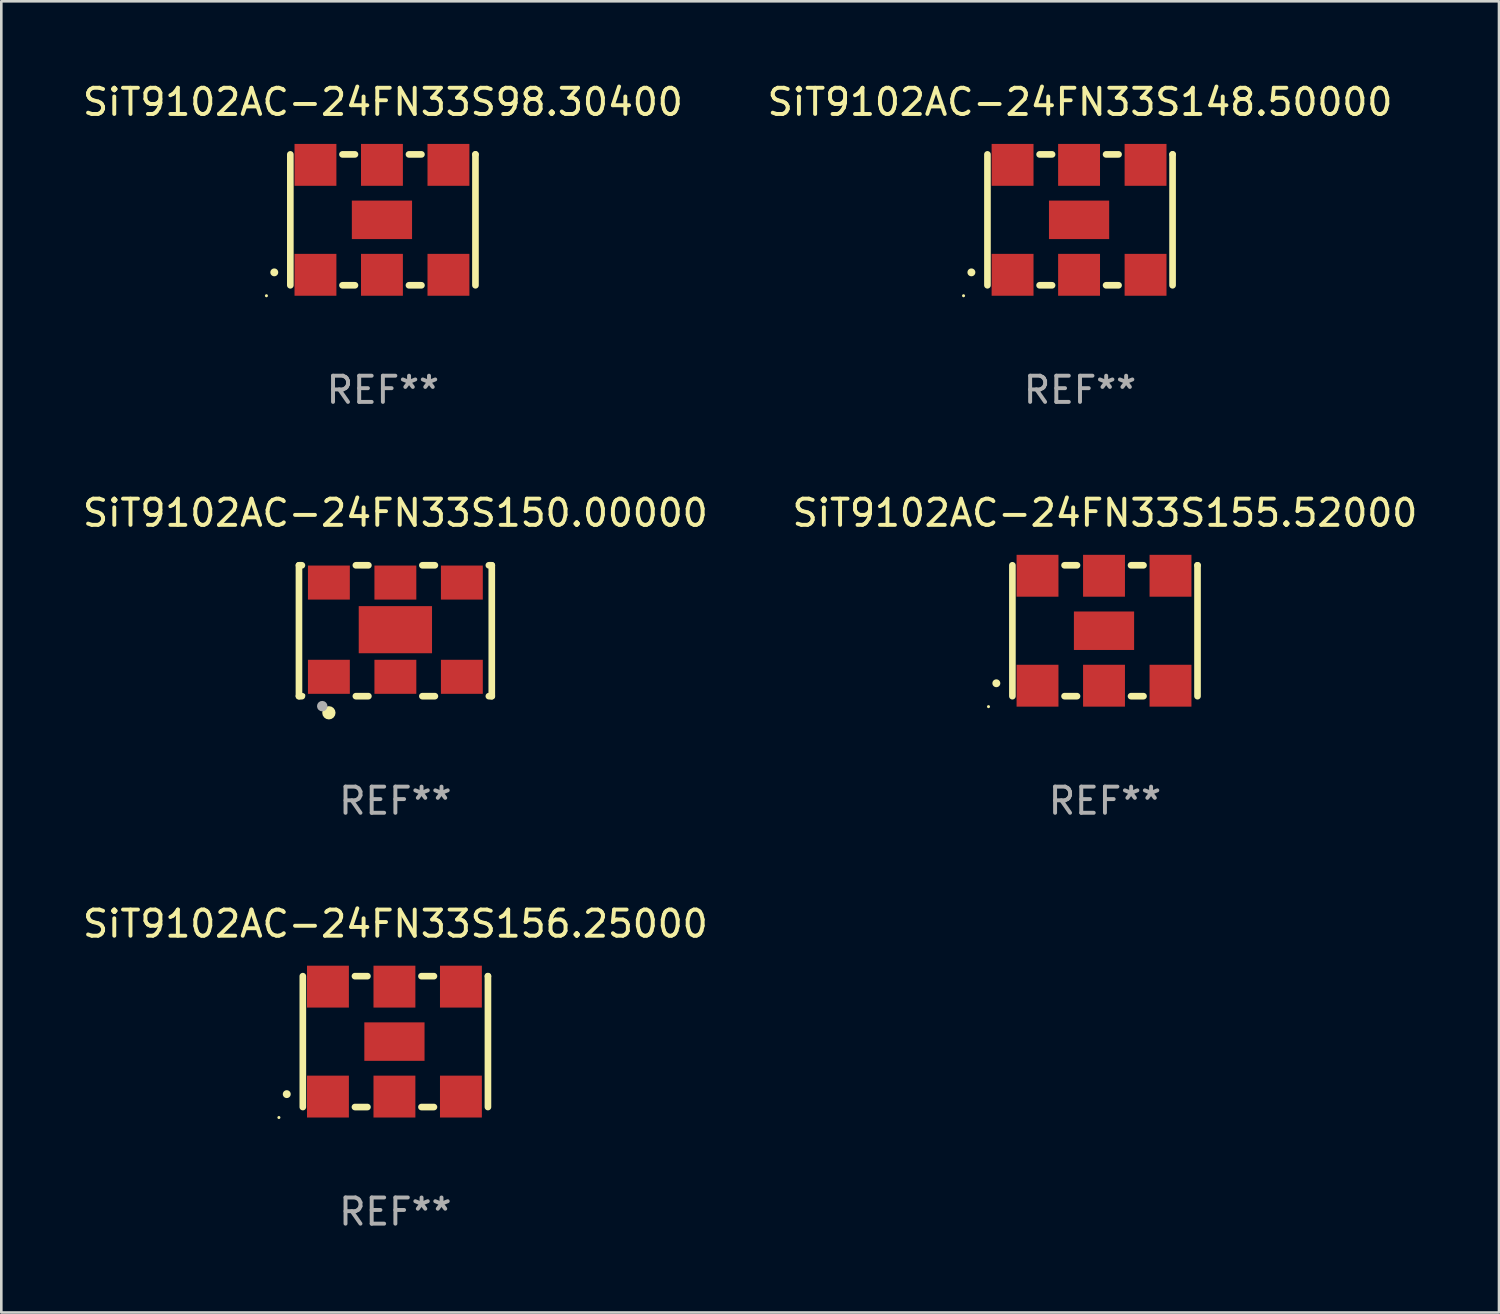
<source format=kicad_pcb>
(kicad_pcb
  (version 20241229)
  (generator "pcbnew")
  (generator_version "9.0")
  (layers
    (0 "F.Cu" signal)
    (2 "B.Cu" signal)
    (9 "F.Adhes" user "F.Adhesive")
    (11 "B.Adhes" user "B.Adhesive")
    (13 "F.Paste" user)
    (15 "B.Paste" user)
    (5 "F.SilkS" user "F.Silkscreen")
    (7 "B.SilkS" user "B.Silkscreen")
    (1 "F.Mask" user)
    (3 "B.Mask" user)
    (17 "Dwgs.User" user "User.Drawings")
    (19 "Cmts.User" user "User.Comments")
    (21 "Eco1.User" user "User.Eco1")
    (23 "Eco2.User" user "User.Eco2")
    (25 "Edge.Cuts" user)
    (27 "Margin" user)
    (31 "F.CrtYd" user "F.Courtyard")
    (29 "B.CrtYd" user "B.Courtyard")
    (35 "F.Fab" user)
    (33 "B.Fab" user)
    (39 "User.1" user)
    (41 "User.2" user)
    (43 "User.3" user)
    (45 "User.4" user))
  (footprint "SiT9102AC-24FN33S155.52000"
    (layer "F.Cu")
    (at 39.161 21.045)
    (property "Reference" "SiT9102AC-24FN33S155.52000" (at 0 -4.5 0) (layer "F.SilkS") (effects (font (size 1 1) (thickness 0.15))))
    (attr through_hole)
    (fp_line (start -3.536 -2.5) (end -3.536 2.5) (stroke (width 0.254) (type solid)) (layer "F.SilkS"))
    (fp_line (start -1.544 2.5) (end -1.067 2.5) (stroke (width 0.254) (type solid)) (layer "F.SilkS"))
    (fp_line (start -1.067 -2.5) (end -1.544 -2.5) (stroke (width 0.254) (type solid)) (layer "F.SilkS"))
    (fp_line (start 0.996 2.5) (end 1.473 2.5) (stroke (width 0.254) (type solid)) (layer "F.SilkS"))
    (fp_line (start 1.473 -2.5) (end 0.996 -2.5) (stroke (width 0.254) (type solid)) (layer "F.SilkS"))
    (fp_line (start 3.536 -2.5) (end 3.536 -2.5) (stroke (width 0.254) (type solid)) (layer "F.SilkS"))
    (fp_line (start 3.536 2.5) (end 3.536 -2.5) (stroke (width 0.254) (type solid)) (layer "F.SilkS"))
    (fp_arc (start -4.150432 2.006604) (mid -4.149162 2.006599) (end -4.147892 2.006604) (stroke (width 0.3) (type solid)) (layer "F.SilkS"))
    (fp_circle (center -4.449 2.9) (end -4.419 2.9) (stroke (width 0.06) (type solid)) (fill no) (layer "F.SilkS"))
    (fp_text user "REF**" (at 0 6.5 0) (layer "F.Fab") (effects (font (size 1 1) (thickness 0.15))))
    (pad "1" smd rect (at -2.576 2.1) (size 1.6 1.6) (layers "F.Cu" "F.Mask" "F.Paste"))
    (pad "2" smd rect (at -0.036 2.1) (size 1.6 1.6) (layers "F.Cu" "F.Mask" "F.Paste"))
    (pad "3" smd rect (at 2.504 2.1) (size 1.6 1.6) (layers "F.Cu" "F.Mask" "F.Paste"))
    (pad "4" smd rect (at 2.504 -2.1) (size 1.6 1.6) (layers "F.Cu" "F.Mask" "F.Paste"))
    (pad "5" smd rect (at -0.036 -2.1) (size 1.6 1.6) (layers "F.Cu" "F.Mask" "F.Paste"))
    (pad "6" smd rect (at -2.576 -2.1) (size 1.6 1.6) (layers "F.Cu" "F.Mask" "F.Paste"))
    (pad "7" smd rect (at -0.036 0) (size 2.3 1.47) (layers "F.Cu" "F.Mask" "F.Paste")))
  (footprint "SiT9102AC-24FN33S98.30400"
    (layer "F.Cu")
    (at 11.577 5.348)
    (property "Reference" "SiT9102AC-24FN33S98.30400" (at 0 -4.5 0) (layer "F.SilkS") (effects (font (size 1 1) (thickness 0.15))))
    (attr through_hole)
    (fp_line (start -3.536 -2.5) (end -3.536 2.5) (stroke (width 0.254) (type solid)) (layer "F.SilkS"))
    (fp_line (start -1.544 2.5) (end -1.067 2.5) (stroke (width 0.254) (type solid)) (layer "F.SilkS"))
    (fp_line (start -1.067 -2.5) (end -1.544 -2.5) (stroke (width 0.254) (type solid)) (layer "F.SilkS"))
    (fp_line (start 0.996 2.5) (end 1.473 2.5) (stroke (width 0.254) (type solid)) (layer "F.SilkS"))
    (fp_line (start 1.473 -2.5) (end 0.996 -2.5) (stroke (width 0.254) (type solid)) (layer "F.SilkS"))
    (fp_line (start 3.536 -2.5) (end 3.536 -2.5) (stroke (width 0.254) (type solid)) (layer "F.SilkS"))
    (fp_line (start 3.536 2.5) (end 3.536 -2.5) (stroke (width 0.254) (type solid)) (layer "F.SilkS"))
    (fp_arc (start -4.150432 2.006604) (mid -4.149162 2.006599) (end -4.147892 2.006604) (stroke (width 0.3) (type solid)) (layer "F.SilkS"))
    (fp_circle (center -4.449 2.9) (end -4.419 2.9) (stroke (width 0.06) (type solid)) (fill no) (layer "F.SilkS"))
    (fp_text user "REF**" (at 0 6.5 0) (layer "F.Fab") (effects (font (size 1 1) (thickness 0.15))))
    (pad "1" smd rect (at -2.576 2.1) (size 1.6 1.6) (layers "F.Cu" "F.Mask" "F.Paste"))
    (pad "2" smd rect (at -0.036 2.1) (size 1.6 1.6) (layers "F.Cu" "F.Mask" "F.Paste"))
    (pad "3" smd rect (at 2.504 2.1) (size 1.6 1.6) (layers "F.Cu" "F.Mask" "F.Paste"))
    (pad "4" smd rect (at 2.504 -2.1) (size 1.6 1.6) (layers "F.Cu" "F.Mask" "F.Paste"))
    (pad "5" smd rect (at -0.036 -2.1) (size 1.6 1.6) (layers "F.Cu" "F.Mask" "F.Paste"))
    (pad "6" smd rect (at -2.576 -2.1) (size 1.6 1.6) (layers "F.Cu" "F.Mask" "F.Paste"))
    (pad "7" smd rect (at -0.036 0) (size 2.3 1.47) (layers "F.Cu" "F.Mask" "F.Paste")))
  (footprint "SiT9102AC-24FN33S148.50000"
    (layer "F.Cu")
    (at 38.208 5.348)
    (property "Reference" "SiT9102AC-24FN33S148.50000" (at 0 -4.5 0) (layer "F.SilkS") (effects (font (size 1 1) (thickness 0.15))))
    (attr through_hole)
    (fp_line (start -3.536 -2.5) (end -3.536 2.5) (stroke (width 0.254) (type solid)) (layer "F.SilkS"))
    (fp_line (start -1.544 2.5) (end -1.067 2.5) (stroke (width 0.254) (type solid)) (layer "F.SilkS"))
    (fp_line (start -1.067 -2.5) (end -1.544 -2.5) (stroke (width 0.254) (type solid)) (layer "F.SilkS"))
    (fp_line (start 0.996 2.5) (end 1.473 2.5) (stroke (width 0.254) (type solid)) (layer "F.SilkS"))
    (fp_line (start 1.473 -2.5) (end 0.996 -2.5) (stroke (width 0.254) (type solid)) (layer "F.SilkS"))
    (fp_line (start 3.536 -2.5) (end 3.536 -2.5) (stroke (width 0.254) (type solid)) (layer "F.SilkS"))
    (fp_line (start 3.536 2.5) (end 3.536 -2.5) (stroke (width 0.254) (type solid)) (layer "F.SilkS"))
    (fp_arc (start -4.150432 2.006604) (mid -4.149162 2.006599) (end -4.147892 2.006604) (stroke (width 0.3) (type solid)) (layer "F.SilkS"))
    (fp_circle (center -4.449 2.9) (end -4.419 2.9) (stroke (width 0.06) (type solid)) (fill no) (layer "F.SilkS"))
    (fp_text user "REF**" (at 0 6.5 0) (layer "F.Fab") (effects (font (size 1 1) (thickness 0.15))))
    (pad "1" smd rect (at -2.576 2.1) (size 1.6 1.6) (layers "F.Cu" "F.Mask" "F.Paste"))
    (pad "2" smd rect (at -0.036 2.1) (size 1.6 1.6) (layers "F.Cu" "F.Mask" "F.Paste"))
    (pad "3" smd rect (at 2.504 2.1) (size 1.6 1.6) (layers "F.Cu" "F.Mask" "F.Paste"))
    (pad "4" smd rect (at 2.504 -2.1) (size 1.6 1.6) (layers "F.Cu" "F.Mask" "F.Paste"))
    (pad "5" smd rect (at -0.036 -2.1) (size 1.6 1.6) (layers "F.Cu" "F.Mask" "F.Paste"))
    (pad "6" smd rect (at -2.576 -2.1) (size 1.6 1.6) (layers "F.Cu" "F.Mask" "F.Paste"))
    (pad "7" smd rect (at -0.036 0) (size 2.3 1.47) (layers "F.Cu" "F.Mask" "F.Paste")))
  (footprint "SiT9102AC-24FN33S156.25000"
    (layer "F.Cu")
    (at 12.054 36.741)
    (property "Reference" "SiT9102AC-24FN33S156.25000" (at 0 -4.5 0) (layer "F.SilkS") (effects (font (size 1 1) (thickness 0.15))))
    (attr through_hole)
    (fp_line (start -3.536 -2.5) (end -3.536 2.5) (stroke (width 0.254) (type solid)) (layer "F.SilkS"))
    (fp_line (start -1.544 2.5) (end -1.067 2.5) (stroke (width 0.254) (type solid)) (layer "F.SilkS"))
    (fp_line (start -1.067 -2.5) (end -1.544 -2.5) (stroke (width 0.254) (type solid)) (layer "F.SilkS"))
    (fp_line (start 0.996 2.5) (end 1.473 2.5) (stroke (width 0.254) (type solid)) (layer "F.SilkS"))
    (fp_line (start 1.473 -2.5) (end 0.996 -2.5) (stroke (width 0.254) (type solid)) (layer "F.SilkS"))
    (fp_line (start 3.536 -2.5) (end 3.536 -2.5) (stroke (width 0.254) (type solid)) (layer "F.SilkS"))
    (fp_line (start 3.536 2.5) (end 3.536 -2.5) (stroke (width 0.254) (type solid)) (layer "F.SilkS"))
    (fp_arc (start -4.150432 2.006604) (mid -4.149162 2.006599) (end -4.147892 2.006604) (stroke (width 0.3) (type solid)) (layer "F.SilkS"))
    (fp_circle (center -4.449 2.9) (end -4.419 2.9) (stroke (width 0.06) (type solid)) (fill no) (layer "F.SilkS"))
    (fp_text user "REF**" (at 0 6.5 0) (layer "F.Fab") (effects (font (size 1 1) (thickness 0.15))))
    (pad "1" smd rect (at -2.576 2.1) (size 1.6 1.6) (layers "F.Cu" "F.Mask" "F.Paste"))
    (pad "2" smd rect (at -0.036 2.1) (size 1.6 1.6) (layers "F.Cu" "F.Mask" "F.Paste"))
    (pad "3" smd rect (at 2.504 2.1) (size 1.6 1.6) (layers "F.Cu" "F.Mask" "F.Paste"))
    (pad "4" smd rect (at 2.504 -2.1) (size 1.6 1.6) (layers "F.Cu" "F.Mask" "F.Paste"))
    (pad "5" smd rect (at -0.036 -2.1) (size 1.6 1.6) (layers "F.Cu" "F.Mask" "F.Paste"))
    (pad "6" smd rect (at -2.576 -2.1) (size 1.6 1.6) (layers "F.Cu" "F.Mask" "F.Paste"))
    (pad "7" smd rect (at -0.036 0) (size 2.3 1.47) (layers "F.Cu" "F.Mask" "F.Paste")))
  (footprint "SiT9102AC-24FN33S150.00000"
    (layer "F.Cu")
    (at 12.054 21.045)
    (property "Reference" "SiT9102AC-24FN33S150.00000" (at 0 -4.5 0) (layer "F.SilkS") (effects (font (size 1 1) (thickness 0.15))))
    (attr through_hole)
    (fp_line (start -3.683 -2.5) (end -3.571 -2.5) (stroke (width 0.254) (type solid)) (layer "F.SilkS"))
    (fp_line (start -3.683 2.5) (end -3.683 -2.5) (stroke (width 0.254) (type solid)) (layer "F.SilkS"))
    (fp_line (start -3.683 2.5) (end -3.571 2.5) (stroke (width 0.254) (type solid)) (layer "F.SilkS"))
    (fp_line (start -1.509 -2.5) (end -1.031 -2.5) (stroke (width 0.254) (type solid)) (layer "F.SilkS"))
    (fp_line (start -1.509 2.5) (end -1.031 2.5) (stroke (width 0.254) (type solid)) (layer "F.SilkS"))
    (fp_line (start 1.031 -2.5) (end 1.509 -2.5) (stroke (width 0.254) (type solid)) (layer "F.SilkS"))
    (fp_line (start 1.031 2.5) (end 1.509 2.5) (stroke (width 0.254) (type solid)) (layer "F.SilkS"))
    (fp_line (start 3.571 -2.5) (end 3.683 -2.5) (stroke (width 0.254) (type solid)) (layer "F.SilkS"))
    (fp_line (start 3.571 2.5) (end 3.683 2.5) (stroke (width 0.254) (type solid)) (layer "F.SilkS"))
    (fp_line (start 3.683 2.5) (end 3.683 -2.5) (stroke (width 0.254) (type solid)) (layer "F.SilkS"))
    (fp_circle (center -3.5 2.46) (end -3.47 2.46) (stroke (width 0.06) (type solid)) (fill no) (layer "F.SilkS"))
    (fp_circle (center -2.54 3.135) (end -2.413 3.135) (stroke (width 0.254) (type solid)) (fill no) (layer "F.SilkS"))
    (fp_circle (center -2.794 2.881) (end -2.694 2.881) (stroke (width 0.2) (type solid)) (fill no) (layer "F.Fab"))
    (fp_text user "REF**" (at 0 6.5 0) (layer "F.Fab") (effects (font (size 1 1) (thickness 0.15))))
    (pad "1" smd rect (at -2.54 1.76) (size 1.6 1.3) (layers "F.Cu" "F.Mask" "F.Paste"))
    (pad "2" smd rect (at 0 1.76) (size 1.6 1.3) (layers "F.Cu" "F.Mask" "F.Paste"))
    (pad "3" smd rect (at 2.54 1.76) (size 1.6 1.3) (layers "F.Cu" "F.Mask" "F.Paste"))
    (pad "4" smd rect (at 2.54 -1.84) (size 1.6 1.3) (layers "F.Cu" "F.Mask" "F.Paste"))
    (pad "5" smd rect (at 0 -1.84) (size 1.6 1.3) (layers "F.Cu" "F.Mask" "F.Paste"))
    (pad "6" smd rect (at -2.54 -1.84) (size 1.6 1.3) (layers "F.Cu" "F.Mask" "F.Paste"))
    (pad "7" smd rect (at 0 -0.04) (size 2.8 1.8) (layers "F.Cu" "F.Mask" "F.Paste")))
  (gr_rect
    (start -3 -3)
    (end 54.214 47.09)
    (stroke (width 0.1) (type default))
    (fill no)
    (layer "Edge.Cuts")))
</source>
